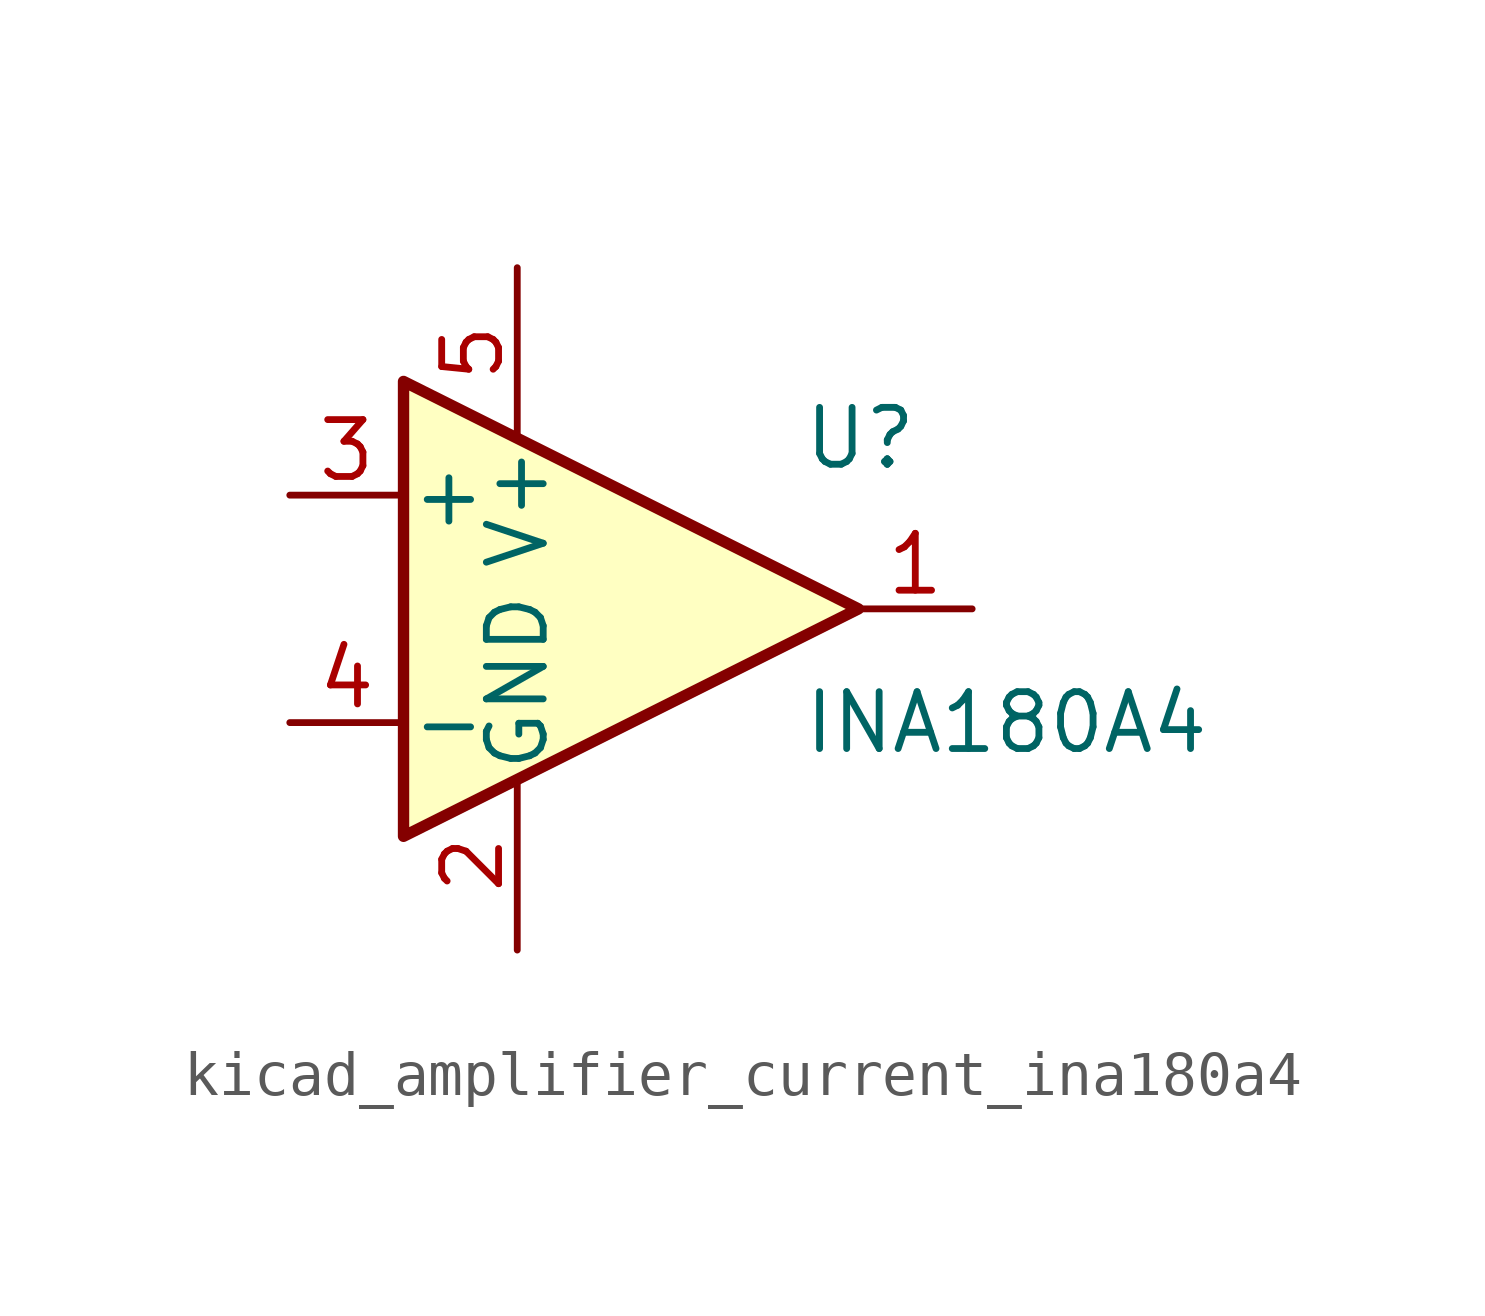
<source format=kicad_sym>
(kicad_symbol_lib
  (version 20220914)
  (generator kicad_symbol_editor)
  (symbol "kicad_amplifier_current_ina180a4"
    (pin_names
      (offset 0.127))
    (property "Reference" "U"
      (at 3.81 3.81 0)
      (effects (font (size 1.27 1.27)) (justify left)))
    (property "Value" "INA180A4"
      (at 3.81 -2.54 0)
      (effects (font (size 1.27 1.27)) (justify left)))
    (symbol "kicad_amplifier_current_ina180a4_0_1"
      (polyline (pts (xy 5.08 0) (xy -5.08 5.08) (xy -5.08 -5.08) (xy 5.08 0)) (stroke (width 0.254) (type default)) (fill (type background))))
    (symbol "kicad_amplifier_current_ina180a4_1_1"
      (pin output line (at 7.62 0 180) (length 2.54) (name "~" (effects (font (size 1.27 1.27)))) (number "1" (effects (font (size 1.27 1.27)))))
      (pin power_in line (at -2.54 -7.62 90) (length 3.81) (name "GND" (effects (font (size 1.27 1.27)))) (number "2" (effects (font (size 1.27 1.27)))))
      (pin input line (at -7.62 2.54 0) (length 2.54) (name "+" (effects (font (size 1.27 1.27)))) (number "3" (effects (font (size 1.27 1.27)))))
      (pin input line (at -7.62 -2.54 0) (length 2.54) (name "-" (effects (font (size 1.27 1.27)))) (number "4" (effects (font (size 1.27 1.27)))))
      (pin power_in line (at -2.54 7.62 270) (length 3.81) (name "V+" (effects (font (size 1.27 1.27)))) (number "5" (effects (font (size 1.27 1.27))))))))
</source>
